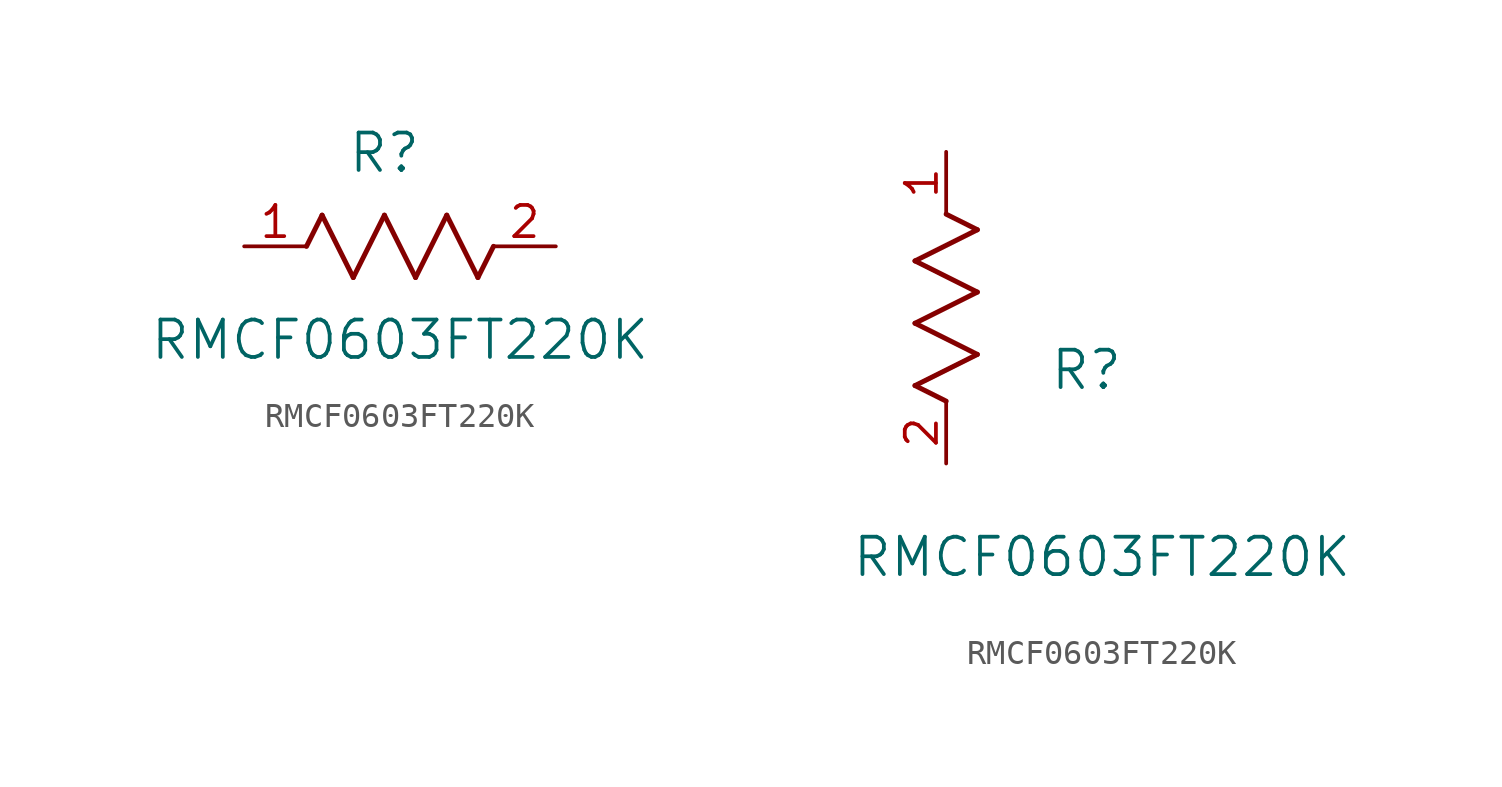
<source format=kicad_sym>
(kicad_symbol_lib
  (version 20211014)
  (generator kicad_symbol_editor)
  (symbol "RMCF0603FT220K"
    (pin_names
      (offset 0.254))
    (property "Reference" "R"
      (at 5.715 3.81 0)
      (effects (font (size 1.524 1.524))))
    (property "Value" "RMCF0603FT220K"
      (at 6.35 -3.81 0)
      (effects (font (size 1.524 1.524))))
    (symbol "RMCF0603FT220K_1_1"
      (polyline (pts (xy 3.175 1.27) (xy 4.445 -1.27)) (stroke (width 0.203) (type default) (color 0 0 0 0)) (fill (type none)))
      (polyline (pts (xy 4.445 -1.27) (xy 5.715 1.27)) (stroke (width 0.203) (type default) (color 0 0 0 0)) (fill (type none)))
      (polyline (pts (xy 5.715 1.27) (xy 6.985 -1.27)) (stroke (width 0.203) (type default) (color 0 0 0 0)) (fill (type none)))
      (polyline (pts (xy 6.985 -1.27) (xy 8.255 1.27)) (stroke (width 0.203) (type default) (color 0 0 0 0)) (fill (type none)))
      (polyline (pts (xy 8.255 1.27) (xy 9.525 -1.27)) (stroke (width 0.203) (type default) (color 0 0 0 0)) (fill (type none)))
      (polyline (pts (xy 2.54 0) (xy 3.175 1.27)) (stroke (width 0.203) (type default) (color 0 0 0 0)) (fill (type none)))
      (polyline (pts (xy 9.525 -1.27) (xy 10.16 0)) (stroke (width 0.203) (type default) (color 0 0 0 0)) (fill (type none)))
      (pin unspecified line (at 0 0 0) (length 2.54) (name "" (effects (font (size 1.27 1.27)))) (number "1" (effects (font (size 1.27 1.27)))))
      (pin unspecified line (at 12.7 0 180) (length 2.54) (name "" (effects (font (size 1.27 1.27)))) (number "2" (effects (font (size 1.27 1.27))))))
    (symbol "RMCF0603FT220K_1_2"
      (polyline (pts (xy 0 2.54) (xy -1.27 3.175)) (stroke (width 0.203) (type default) (color 0 0 0 0)) (fill (type none)))
      (polyline (pts (xy -1.27 3.175) (xy 1.27 4.445)) (stroke (width 0.203) (type default) (color 0 0 0 0)) (fill (type none)))
      (polyline (pts (xy 1.27 4.445) (xy -1.27 5.715)) (stroke (width 0.203) (type default) (color 0 0 0 0)) (fill (type none)))
      (polyline (pts (xy -1.27 5.715) (xy 1.27 6.985)) (stroke (width 0.203) (type default) (color 0 0 0 0)) (fill (type none)))
      (polyline (pts (xy -1.27 8.255) (xy 1.27 9.525)) (stroke (width 0.203) (type default) (color 0 0 0 0)) (fill (type none)))
      (polyline (pts (xy 1.27 9.525) (xy 0 10.16)) (stroke (width 0.203) (type default) (color 0 0 0 0)) (fill (type none)))
      (polyline (pts (xy 1.27 6.985) (xy -1.27 8.255)) (stroke (width 0.203) (type default) (color 0 0 0 0)) (fill (type none)))
      (pin unspecified line (at 0 12.7 270) (length 2.54) (name "" (effects (font (size 1.27 1.27)))) (number "1" (effects (font (size 1.27 1.27)))))
      (pin unspecified line (at 0 0 90) (length 2.54) (name "" (effects (font (size 1.27 1.27)))) (number "2" (effects (font (size 1.27 1.27))))))))
</source>
